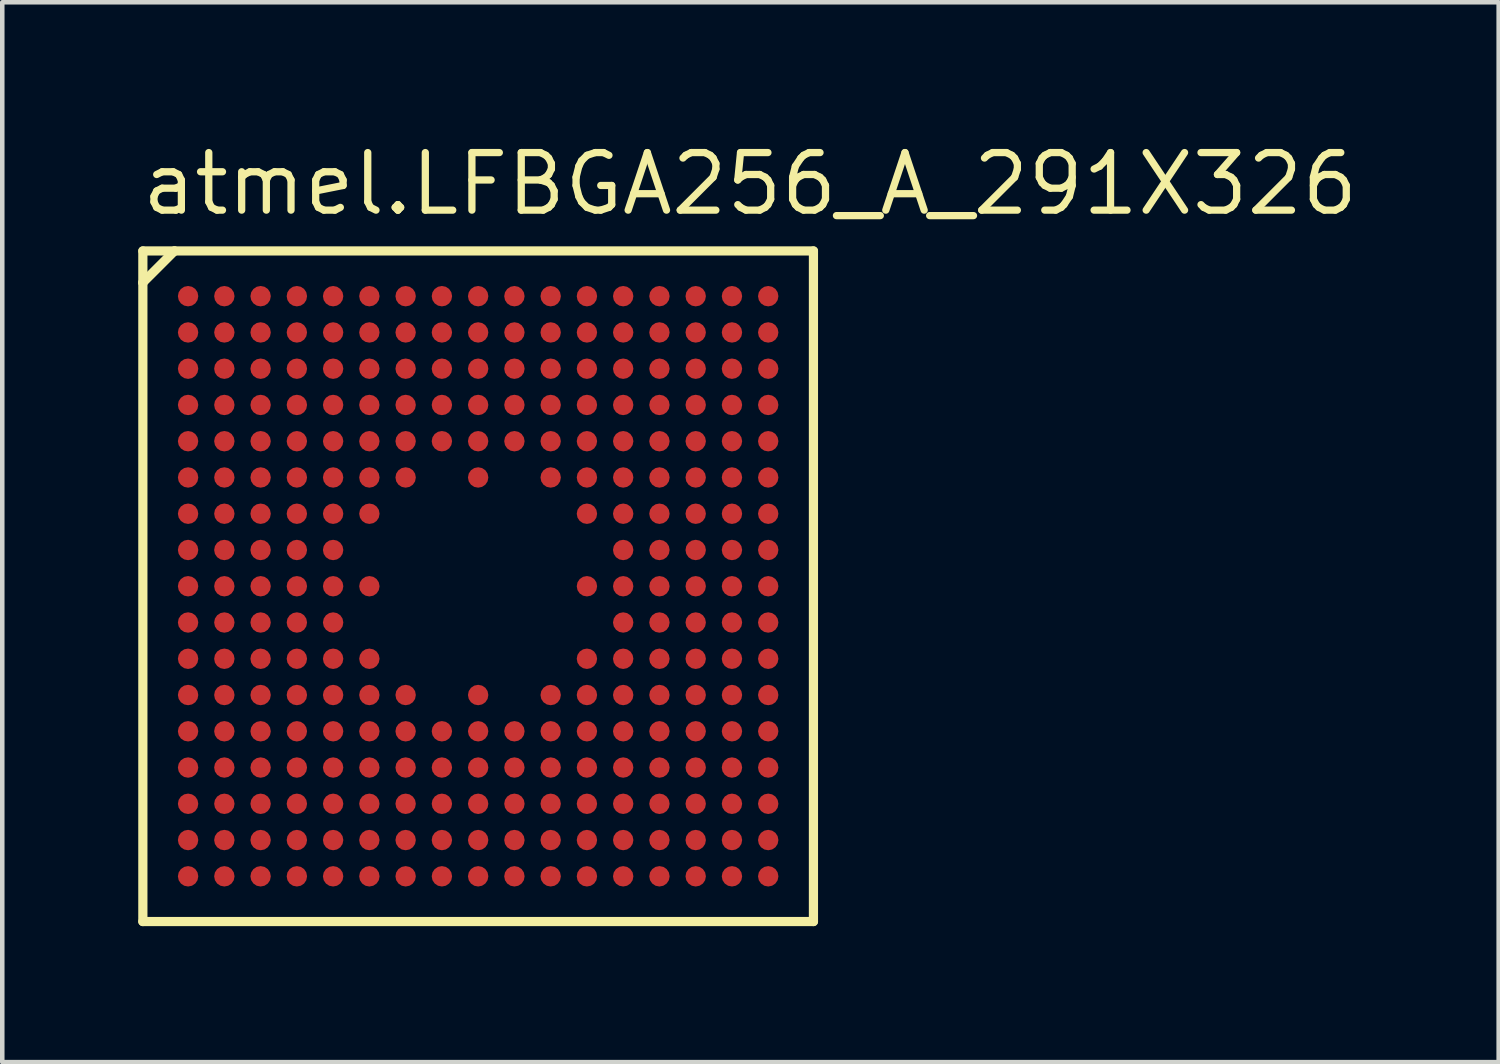
<source format=kicad_pcb>
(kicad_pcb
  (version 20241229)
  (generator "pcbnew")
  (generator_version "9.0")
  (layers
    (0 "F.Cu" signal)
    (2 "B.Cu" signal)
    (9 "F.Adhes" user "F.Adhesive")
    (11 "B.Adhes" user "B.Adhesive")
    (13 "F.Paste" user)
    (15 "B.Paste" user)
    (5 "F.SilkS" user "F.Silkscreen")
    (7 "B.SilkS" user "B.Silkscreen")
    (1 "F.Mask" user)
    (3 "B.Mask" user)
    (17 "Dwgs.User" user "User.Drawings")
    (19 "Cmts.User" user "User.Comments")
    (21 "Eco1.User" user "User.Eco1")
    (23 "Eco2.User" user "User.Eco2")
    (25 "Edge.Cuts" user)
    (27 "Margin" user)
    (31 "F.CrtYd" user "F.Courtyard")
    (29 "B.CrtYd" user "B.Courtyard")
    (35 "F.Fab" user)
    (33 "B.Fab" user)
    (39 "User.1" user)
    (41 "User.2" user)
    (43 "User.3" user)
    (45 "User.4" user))
  (footprint "atmel.LFBGA256_A_291X326"
    (layer "F.Cu")
    (at 7.5 9.885)
    (property "Reference" "atmel.LFBGA256_A_291X326" (at -7.5 -8.135 0) (layer "F.SilkS") (effects (font (size 1.27 1.27) (thickness 0.16)) (justify left bottom)))
    (attr smd)
    (fp_circle (center -6.4 -6.4) (end -6.2 -6.4) (stroke (width 0.1) (type default)) (fill no) (layer "F.Mask"))
    (fp_circle (center -6.4 -5.6) (end -6.2 -5.6) (stroke (width 0.1) (type default)) (fill no) (layer "F.Mask"))
    (fp_circle (center -6.4 -4.8) (end -6.2 -4.8) (stroke (width 0.1) (type default)) (fill no) (layer "F.Mask"))
    (fp_circle (center -6.4 -4) (end -6.2 -4) (stroke (width 0.1) (type default)) (fill no) (layer "F.Mask"))
    (fp_circle (center -6.4 -3.2) (end -6.2 -3.2) (stroke (width 0.1) (type default)) (fill no) (layer "F.Mask"))
    (fp_circle (center -6.4 -2.4) (end -6.2 -2.4) (stroke (width 0.1) (type default)) (fill no) (layer "F.Mask"))
    (fp_circle (center -6.4 -1.6) (end -6.2 -1.6) (stroke (width 0.1) (type default)) (fill no) (layer "F.Mask"))
    (fp_circle (center -6.4 -0.8) (end -6.2 -0.8) (stroke (width 0.1) (type default)) (fill no) (layer "F.Mask"))
    (fp_circle (center -6.4 0) (end -6.2 0) (stroke (width 0.1) (type default)) (fill no) (layer "F.Mask"))
    (fp_circle (center -6.4 0.8) (end -6.2 0.8) (stroke (width 0.1) (type default)) (fill no) (layer "F.Mask"))
    (fp_circle (center -6.4 1.6) (end -6.2 1.6) (stroke (width 0.1) (type default)) (fill no) (layer "F.Mask"))
    (fp_circle (center -6.4 2.4) (end -6.2 2.4) (stroke (width 0.1) (type default)) (fill no) (layer "F.Mask"))
    (fp_circle (center -6.4 3.2) (end -6.2 3.2) (stroke (width 0.1) (type default)) (fill no) (layer "F.Mask"))
    (fp_circle (center -6.4 4) (end -6.2 4) (stroke (width 0.1) (type default)) (fill no) (layer "F.Mask"))
    (fp_circle (center -6.4 4.8) (end -6.2 4.8) (stroke (width 0.1) (type default)) (fill no) (layer "F.Mask"))
    (fp_circle (center -6.4 5.6) (end -6.2 5.6) (stroke (width 0.1) (type default)) (fill no) (layer "F.Mask"))
    (fp_circle (center -6.4 6.4) (end -6.2 6.4) (stroke (width 0.1) (type default)) (fill no) (layer "F.Mask"))
    (fp_circle (center -5.6 -6.4) (end -5.4 -6.4) (stroke (width 0.1) (type default)) (fill no) (layer "F.Mask"))
    (fp_circle (center -5.6 -5.6) (end -5.4 -5.6) (stroke (width 0.1) (type default)) (fill no) (layer "F.Mask"))
    (fp_circle (center -5.6 -4.8) (end -5.4 -4.8) (stroke (width 0.1) (type default)) (fill no) (layer "F.Mask"))
    (fp_circle (center -5.6 -4) (end -5.4 -4) (stroke (width 0.1) (type default)) (fill no) (layer "F.Mask"))
    (fp_circle (center -5.6 -3.2) (end -5.4 -3.2) (stroke (width 0.1) (type default)) (fill no) (layer "F.Mask"))
    (fp_circle (center -5.6 -2.4) (end -5.4 -2.4) (stroke (width 0.1) (type default)) (fill no) (layer "F.Mask"))
    (fp_circle (center -5.6 -1.6) (end -5.4 -1.6) (stroke (width 0.1) (type default)) (fill no) (layer "F.Mask"))
    (fp_circle (center -5.6 -0.8) (end -5.4 -0.8) (stroke (width 0.1) (type default)) (fill no) (layer "F.Mask"))
    (fp_circle (center -5.6 0) (end -5.4 0) (stroke (width 0.1) (type default)) (fill no) (layer "F.Mask"))
    (fp_circle (center -5.6 0.8) (end -5.4 0.8) (stroke (width 0.1) (type default)) (fill no) (layer "F.Mask"))
    (fp_circle (center -5.6 1.6) (end -5.4 1.6) (stroke (width 0.1) (type default)) (fill no) (layer "F.Mask"))
    (fp_circle (center -5.6 2.4) (end -5.4 2.4) (stroke (width 0.1) (type default)) (fill no) (layer "F.Mask"))
    (fp_circle (center -5.6 3.2) (end -5.4 3.2) (stroke (width 0.1) (type default)) (fill no) (layer "F.Mask"))
    (fp_circle (center -5.6 4) (end -5.4 4) (stroke (width 0.1) (type default)) (fill no) (layer "F.Mask"))
    (fp_circle (center -5.6 4.8) (end -5.4 4.8) (stroke (width 0.1) (type default)) (fill no) (layer "F.Mask"))
    (fp_circle (center -5.6 5.6) (end -5.4 5.6) (stroke (width 0.1) (type default)) (fill no) (layer "F.Mask"))
    (fp_circle (center -5.6 6.4) (end -5.4 6.4) (stroke (width 0.1) (type default)) (fill no) (layer "F.Mask"))
    (fp_circle (center -4.8 -6.4) (end -4.6 -6.4) (stroke (width 0.1) (type default)) (fill no) (layer "F.Mask"))
    (fp_circle (center -4.8 -5.6) (end -4.6 -5.6) (stroke (width 0.1) (type default)) (fill no) (layer "F.Mask"))
    (fp_circle (center -4.8 -4.8) (end -4.6 -4.8) (stroke (width 0.1) (type default)) (fill no) (layer "F.Mask"))
    (fp_circle (center -4.8 -4) (end -4.6 -4) (stroke (width 0.1) (type default)) (fill no) (layer "F.Mask"))
    (fp_circle (center -4.8 -3.2) (end -4.6 -3.2) (stroke (width 0.1) (type default)) (fill no) (layer "F.Mask"))
    (fp_circle (center -4.8 -2.4) (end -4.6 -2.4) (stroke (width 0.1) (type default)) (fill no) (layer "F.Mask"))
    (fp_circle (center -4.8 -1.6) (end -4.6 -1.6) (stroke (width 0.1) (type default)) (fill no) (layer "F.Mask"))
    (fp_circle (center -4.8 -0.8) (end -4.6 -0.8) (stroke (width 0.1) (type default)) (fill no) (layer "F.Mask"))
    (fp_circle (center -4.8 0) (end -4.6 0) (stroke (width 0.1) (type default)) (fill no) (layer "F.Mask"))
    (fp_circle (center -4.8 0.8) (end -4.6 0.8) (stroke (width 0.1) (type default)) (fill no) (layer "F.Mask"))
    (fp_circle (center -4.8 1.6) (end -4.6 1.6) (stroke (width 0.1) (type default)) (fill no) (layer "F.Mask"))
    (fp_circle (center -4.8 2.4) (end -4.6 2.4) (stroke (width 0.1) (type default)) (fill no) (layer "F.Mask"))
    (fp_circle (center -4.8 3.2) (end -4.6 3.2) (stroke (width 0.1) (type default)) (fill no) (layer "F.Mask"))
    (fp_circle (center -4.8 4) (end -4.6 4) (stroke (width 0.1) (type default)) (fill no) (layer "F.Mask"))
    (fp_circle (center -4.8 4.8) (end -4.6 4.8) (stroke (width 0.1) (type default)) (fill no) (layer "F.Mask"))
    (fp_circle (center -4.8 5.6) (end -4.6 5.6) (stroke (width 0.1) (type default)) (fill no) (layer "F.Mask"))
    (fp_circle (center -4.8 6.4) (end -4.6 6.4) (stroke (width 0.1) (type default)) (fill no) (layer "F.Mask"))
    (fp_circle (center -4 -6.4) (end -3.8 -6.4) (stroke (width 0.1) (type default)) (fill no) (layer "F.Mask"))
    (fp_circle (center -4 -5.6) (end -3.8 -5.6) (stroke (width 0.1) (type default)) (fill no) (layer "F.Mask"))
    (fp_circle (center -4 -4.8) (end -3.8 -4.8) (stroke (width 0.1) (type default)) (fill no) (layer "F.Mask"))
    (fp_circle (center -4 -4) (end -3.8 -4) (stroke (width 0.1) (type default)) (fill no) (layer "F.Mask"))
    (fp_circle (center -4 -3.2) (end -3.8 -3.2) (stroke (width 0.1) (type default)) (fill no) (layer "F.Mask"))
    (fp_circle (center -4 -2.4) (end -3.8 -2.4) (stroke (width 0.1) (type default)) (fill no) (layer "F.Mask"))
    (fp_circle (center -4 -1.6) (end -3.8 -1.6) (stroke (width 0.1) (type default)) (fill no) (layer "F.Mask"))
    (fp_circle (center -4 -0.8) (end -3.8 -0.8) (stroke (width 0.1) (type default)) (fill no) (layer "F.Mask"))
    (fp_circle (center -4 0) (end -3.8 0) (stroke (width 0.1) (type default)) (fill no) (layer "F.Mask"))
    (fp_circle (center -4 0.8) (end -3.8 0.8) (stroke (width 0.1) (type default)) (fill no) (layer "F.Mask"))
    (fp_circle (center -4 1.6) (end -3.8 1.6) (stroke (width 0.1) (type default)) (fill no) (layer "F.Mask"))
    (fp_circle (center -4 2.4) (end -3.8 2.4) (stroke (width 0.1) (type default)) (fill no) (layer "F.Mask"))
    (fp_circle (center -4 3.2) (end -3.8 3.2) (stroke (width 0.1) (type default)) (fill no) (layer "F.Mask"))
    (fp_circle (center -4 4) (end -3.8 4) (stroke (width 0.1) (type default)) (fill no) (layer "F.Mask"))
    (fp_circle (center -4 4.8) (end -3.8 4.8) (stroke (width 0.1) (type default)) (fill no) (layer "F.Mask"))
    (fp_circle (center -4 5.6) (end -3.8 5.6) (stroke (width 0.1) (type default)) (fill no) (layer "F.Mask"))
    (fp_circle (center -4 6.4) (end -3.8 6.4) (stroke (width 0.1) (type default)) (fill no) (layer "F.Mask"))
    (fp_circle (center -3.2 -6.4) (end -3 -6.4) (stroke (width 0.1) (type default)) (fill no) (layer "F.Mask"))
    (fp_circle (center -3.2 -5.6) (end -3 -5.6) (stroke (width 0.1) (type default)) (fill no) (layer "F.Mask"))
    (fp_circle (center -3.2 -4.8) (end -3 -4.8) (stroke (width 0.1) (type default)) (fill no) (layer "F.Mask"))
    (fp_circle (center -3.2 -4) (end -3 -4) (stroke (width 0.1) (type default)) (fill no) (layer "F.Mask"))
    (fp_circle (center -3.2 -3.2) (end -3 -3.2) (stroke (width 0.1) (type default)) (fill no) (layer "F.Mask"))
    (fp_circle (center -3.2 -2.4) (end -3 -2.4) (stroke (width 0.1) (type default)) (fill no) (layer "F.Mask"))
    (fp_circle (center -3.2 -1.6) (end -3 -1.6) (stroke (width 0.1) (type default)) (fill no) (layer "F.Mask"))
    (fp_circle (center -3.2 -0.8) (end -3 -0.8) (stroke (width 0.1) (type default)) (fill no) (layer "F.Mask"))
    (fp_circle (center -3.2 0) (end -3 0) (stroke (width 0.1) (type default)) (fill no) (layer "F.Mask"))
    (fp_circle (center -3.2 0.8) (end -3 0.8) (stroke (width 0.1) (type default)) (fill no) (layer "F.Mask"))
    (fp_circle (center -3.2 1.6) (end -3 1.6) (stroke (width 0.1) (type default)) (fill no) (layer "F.Mask"))
    (fp_circle (center -3.2 2.4) (end -3 2.4) (stroke (width 0.1) (type default)) (fill no) (layer "F.Mask"))
    (fp_circle (center -3.2 3.2) (end -3 3.2) (stroke (width 0.1) (type default)) (fill no) (layer "F.Mask"))
    (fp_circle (center -3.2 4) (end -3 4) (stroke (width 0.1) (type default)) (fill no) (layer "F.Mask"))
    (fp_circle (center -3.2 4.8) (end -3 4.8) (stroke (width 0.1) (type default)) (fill no) (layer "F.Mask"))
    (fp_circle (center -3.2 5.6) (end -3 5.6) (stroke (width 0.1) (type default)) (fill no) (layer "F.Mask"))
    (fp_circle (center -3.2 6.4) (end -3 6.4) (stroke (width 0.1) (type default)) (fill no) (layer "F.Mask"))
    (fp_circle (center -2.4 -6.4) (end -2.2 -6.4) (stroke (width 0.1) (type default)) (fill no) (layer "F.Mask"))
    (fp_circle (center -2.4 -5.6) (end -2.2 -5.6) (stroke (width 0.1) (type default)) (fill no) (layer "F.Mask"))
    (fp_circle (center -2.4 -4.8) (end -2.2 -4.8) (stroke (width 0.1) (type default)) (fill no) (layer "F.Mask"))
    (fp_circle (center -2.4 -4) (end -2.2 -4) (stroke (width 0.1) (type default)) (fill no) (layer "F.Mask"))
    (fp_circle (center -2.4 -3.2) (end -2.2 -3.2) (stroke (width 0.1) (type default)) (fill no) (layer "F.Mask"))
    (fp_circle (center -2.4 -2.4) (end -2.2 -2.4) (stroke (width 0.1) (type default)) (fill no) (layer "F.Mask"))
    (fp_circle (center -2.4 -1.6) (end -2.2 -1.6) (stroke (width 0.1) (type default)) (fill no) (layer "F.Mask"))
    (fp_circle (center -2.4 0) (end -2.2 0) (stroke (width 0.1) (type default)) (fill no) (layer "F.Mask"))
    (fp_circle (center -2.4 1.6) (end -2.2 1.6) (stroke (width 0.1) (type default)) (fill no) (layer "F.Mask"))
    (fp_circle (center -2.4 2.4) (end -2.2 2.4) (stroke (width 0.1) (type default)) (fill no) (layer "F.Mask"))
    (fp_circle (center -2.4 3.2) (end -2.2 3.2) (stroke (width 0.1) (type default)) (fill no) (layer "F.Mask"))
    (fp_circle (center -2.4 4) (end -2.2 4) (stroke (width 0.1) (type default)) (fill no) (layer "F.Mask"))
    (fp_circle (center -2.4 4.8) (end -2.2 4.8) (stroke (width 0.1) (type default)) (fill no) (layer "F.Mask"))
    (fp_circle (center -2.4 5.6) (end -2.2 5.6) (stroke (width 0.1) (type default)) (fill no) (layer "F.Mask"))
    (fp_circle (center -2.4 6.4) (end -2.2 6.4) (stroke (width 0.1) (type default)) (fill no) (layer "F.Mask"))
    (fp_circle (center -1.6 -6.4) (end -1.4 -6.4) (stroke (width 0.1) (type default)) (fill no) (layer "F.Mask"))
    (fp_circle (center -1.6 -5.6) (end -1.4 -5.6) (stroke (width 0.1) (type default)) (fill no) (layer "F.Mask"))
    (fp_circle (center -1.6 -4.8) (end -1.4 -4.8) (stroke (width 0.1) (type default)) (fill no) (layer "F.Mask"))
    (fp_circle (center -1.6 -4) (end -1.4 -4) (stroke (width 0.1) (type default)) (fill no) (layer "F.Mask"))
    (fp_circle (center -1.6 -3.2) (end -1.4 -3.2) (stroke (width 0.1) (type default)) (fill no) (layer "F.Mask"))
    (fp_circle (center -1.6 -2.4) (end -1.4 -2.4) (stroke (width 0.1) (type default)) (fill no) (layer "F.Mask"))
    (fp_circle (center -1.6 2.4) (end -1.4 2.4) (stroke (width 0.1) (type default)) (fill no) (layer "F.Mask"))
    (fp_circle (center -1.6 3.2) (end -1.4 3.2) (stroke (width 0.1) (type default)) (fill no) (layer "F.Mask"))
    (fp_circle (center -1.6 4) (end -1.4 4) (stroke (width 0.1) (type default)) (fill no) (layer "F.Mask"))
    (fp_circle (center -1.6 4.8) (end -1.4 4.8) (stroke (width 0.1) (type default)) (fill no) (layer "F.Mask"))
    (fp_circle (center -1.6 5.6) (end -1.4 5.6) (stroke (width 0.1) (type default)) (fill no) (layer "F.Mask"))
    (fp_circle (center -1.6 6.4) (end -1.4 6.4) (stroke (width 0.1) (type default)) (fill no) (layer "F.Mask"))
    (fp_circle (center -0.8 -6.4) (end -0.6 -6.4) (stroke (width 0.1) (type default)) (fill no) (layer "F.Mask"))
    (fp_circle (center -0.8 -5.6) (end -0.6 -5.6) (stroke (width 0.1) (type default)) (fill no) (layer "F.Mask"))
    (fp_circle (center -0.8 -4.8) (end -0.6 -4.8) (stroke (width 0.1) (type default)) (fill no) (layer "F.Mask"))
    (fp_circle (center -0.8 -4) (end -0.6 -4) (stroke (width 0.1) (type default)) (fill no) (layer "F.Mask"))
    (fp_circle (center -0.8 -3.2) (end -0.6 -3.2) (stroke (width 0.1) (type default)) (fill no) (layer "F.Mask"))
    (fp_circle (center -0.8 3.2) (end -0.6 3.2) (stroke (width 0.1) (type default)) (fill no) (layer "F.Mask"))
    (fp_circle (center -0.8 4) (end -0.6 4) (stroke (width 0.1) (type default)) (fill no) (layer "F.Mask"))
    (fp_circle (center -0.8 4.8) (end -0.6 4.8) (stroke (width 0.1) (type default)) (fill no) (layer "F.Mask"))
    (fp_circle (center -0.8 5.6) (end -0.6 5.6) (stroke (width 0.1) (type default)) (fill no) (layer "F.Mask"))
    (fp_circle (center -0.8 6.4) (end -0.6 6.4) (stroke (width 0.1) (type default)) (fill no) (layer "F.Mask"))
    (fp_circle (center 0 -6.4) (end 0.2 -6.4) (stroke (width 0.1) (type default)) (fill no) (layer "F.Mask"))
    (fp_circle (center 0 -5.6) (end 0.2 -5.6) (stroke (width 0.1) (type default)) (fill no) (layer "F.Mask"))
    (fp_circle (center 0 -4.8) (end 0.2 -4.8) (stroke (width 0.1) (type default)) (fill no) (layer "F.Mask"))
    (fp_circle (center 0 -4) (end 0.2 -4) (stroke (width 0.1) (type default)) (fill no) (layer "F.Mask"))
    (fp_circle (center 0 -3.2) (end 0.2 -3.2) (stroke (width 0.1) (type default)) (fill no) (layer "F.Mask"))
    (fp_circle (center 0 -2.4) (end 0.2 -2.4) (stroke (width 0.1) (type default)) (fill no) (layer "F.Mask"))
    (fp_circle (center 0 2.4) (end 0.2 2.4) (stroke (width 0.1) (type default)) (fill no) (layer "F.Mask"))
    (fp_circle (center 0 3.2) (end 0.2 3.2) (stroke (width 0.1) (type default)) (fill no) (layer "F.Mask"))
    (fp_circle (center 0 4) (end 0.2 4) (stroke (width 0.1) (type default)) (fill no) (layer "F.Mask"))
    (fp_circle (center 0 4.8) (end 0.2 4.8) (stroke (width 0.1) (type default)) (fill no) (layer "F.Mask"))
    (fp_circle (center 0 5.6) (end 0.2 5.6) (stroke (width 0.1) (type default)) (fill no) (layer "F.Mask"))
    (fp_circle (center 0 6.4) (end 0.2 6.4) (stroke (width 0.1) (type default)) (fill no) (layer "F.Mask"))
    (fp_circle (center 0.8 -6.4) (end 1 -6.4) (stroke (width 0.1) (type default)) (fill no) (layer "F.Mask"))
    (fp_circle (center 0.8 -5.6) (end 1 -5.6) (stroke (width 0.1) (type default)) (fill no) (layer "F.Mask"))
    (fp_circle (center 0.8 -4.8) (end 1 -4.8) (stroke (width 0.1) (type default)) (fill no) (layer "F.Mask"))
    (fp_circle (center 0.8 -4) (end 1 -4) (stroke (width 0.1) (type default)) (fill no) (layer "F.Mask"))
    (fp_circle (center 0.8 -3.2) (end 1 -3.2) (stroke (width 0.1) (type default)) (fill no) (layer "F.Mask"))
    (fp_circle (center 0.8 3.2) (end 1 3.2) (stroke (width 0.1) (type default)) (fill no) (layer "F.Mask"))
    (fp_circle (center 0.8 4) (end 1 4) (stroke (width 0.1) (type default)) (fill no) (layer "F.Mask"))
    (fp_circle (center 0.8 4.8) (end 1 4.8) (stroke (width 0.1) (type default)) (fill no) (layer "F.Mask"))
    (fp_circle (center 0.8 5.6) (end 1 5.6) (stroke (width 0.1) (type default)) (fill no) (layer "F.Mask"))
    (fp_circle (center 0.8 6.4) (end 1 6.4) (stroke (width 0.1) (type default)) (fill no) (layer "F.Mask"))
    (fp_circle (center 1.6 -6.4) (end 1.8 -6.4) (stroke (width 0.1) (type default)) (fill no) (layer "F.Mask"))
    (fp_circle (center 1.6 -5.6) (end 1.8 -5.6) (stroke (width 0.1) (type default)) (fill no) (layer "F.Mask"))
    (fp_circle (center 1.6 -4.8) (end 1.8 -4.8) (stroke (width 0.1) (type default)) (fill no) (layer "F.Mask"))
    (fp_circle (center 1.6 -4) (end 1.8 -4) (stroke (width 0.1) (type default)) (fill no) (layer "F.Mask"))
    (fp_circle (center 1.6 -3.2) (end 1.8 -3.2) (stroke (width 0.1) (type default)) (fill no) (layer "F.Mask"))
    (fp_circle (center 1.6 -2.4) (end 1.8 -2.4) (stroke (width 0.1) (type default)) (fill no) (layer "F.Mask"))
    (fp_circle (center 1.6 2.4) (end 1.8 2.4) (stroke (width 0.1) (type default)) (fill no) (layer "F.Mask"))
    (fp_circle (center 1.6 3.2) (end 1.8 3.2) (stroke (width 0.1) (type default)) (fill no) (layer "F.Mask"))
    (fp_circle (center 1.6 4) (end 1.8 4) (stroke (width 0.1) (type default)) (fill no) (layer "F.Mask"))
    (fp_circle (center 1.6 4.8) (end 1.8 4.8) (stroke (width 0.1) (type default)) (fill no) (layer "F.Mask"))
    (fp_circle (center 1.6 5.6) (end 1.8 5.6) (stroke (width 0.1) (type default)) (fill no) (layer "F.Mask"))
    (fp_circle (center 1.6 6.4) (end 1.8 6.4) (stroke (width 0.1) (type default)) (fill no) (layer "F.Mask"))
    (fp_circle (center 2.4 -6.4) (end 2.6 -6.4) (stroke (width 0.1) (type default)) (fill no) (layer "F.Mask"))
    (fp_circle (center 2.4 -5.6) (end 2.6 -5.6) (stroke (width 0.1) (type default)) (fill no) (layer "F.Mask"))
    (fp_circle (center 2.4 -4.8) (end 2.6 -4.8) (stroke (width 0.1) (type default)) (fill no) (layer "F.Mask"))
    (fp_circle (center 2.4 -4) (end 2.6 -4) (stroke (width 0.1) (type default)) (fill no) (layer "F.Mask"))
    (fp_circle (center 2.4 -3.2) (end 2.6 -3.2) (stroke (width 0.1) (type default)) (fill no) (layer "F.Mask"))
    (fp_circle (center 2.4 -2.4) (end 2.6 -2.4) (stroke (width 0.1) (type default)) (fill no) (layer "F.Mask"))
    (fp_circle (center 2.4 -1.6) (end 2.6 -1.6) (stroke (width 0.1) (type default)) (fill no) (layer "F.Mask"))
    (fp_circle (center 2.4 0) (end 2.6 0) (stroke (width 0.1) (type default)) (fill no) (layer "F.Mask"))
    (fp_circle (center 2.4 1.6) (end 2.6 1.6) (stroke (width 0.1) (type default)) (fill no) (layer "F.Mask"))
    (fp_circle (center 2.4 2.4) (end 2.6 2.4) (stroke (width 0.1) (type default)) (fill no) (layer "F.Mask"))
    (fp_circle (center 2.4 3.2) (end 2.6 3.2) (stroke (width 0.1) (type default)) (fill no) (layer "F.Mask"))
    (fp_circle (center 2.4 4) (end 2.6 4) (stroke (width 0.1) (type default)) (fill no) (layer "F.Mask"))
    (fp_circle (center 2.4 4.8) (end 2.6 4.8) (stroke (width 0.1) (type default)) (fill no) (layer "F.Mask"))
    (fp_circle (center 2.4 5.6) (end 2.6 5.6) (stroke (width 0.1) (type default)) (fill no) (layer "F.Mask"))
    (fp_circle (center 2.4 6.4) (end 2.6 6.4) (stroke (width 0.1) (type default)) (fill no) (layer "F.Mask"))
    (fp_circle (center 3.2 -6.4) (end 3.4 -6.4) (stroke (width 0.1) (type default)) (fill no) (layer "F.Mask"))
    (fp_circle (center 3.2 -5.6) (end 3.4 -5.6) (stroke (width 0.1) (type default)) (fill no) (layer "F.Mask"))
    (fp_circle (center 3.2 -4.8) (end 3.4 -4.8) (stroke (width 0.1) (type default)) (fill no) (layer "F.Mask"))
    (fp_circle (center 3.2 -4) (end 3.4 -4) (stroke (width 0.1) (type default)) (fill no) (layer "F.Mask"))
    (fp_circle (center 3.2 -3.2) (end 3.4 -3.2) (stroke (width 0.1) (type default)) (fill no) (layer "F.Mask"))
    (fp_circle (center 3.2 -2.4) (end 3.4 -2.4) (stroke (width 0.1) (type default)) (fill no) (layer "F.Mask"))
    (fp_circle (center 3.2 -1.6) (end 3.4 -1.6) (stroke (width 0.1) (type default)) (fill no) (layer "F.Mask"))
    (fp_circle (center 3.2 -0.8) (end 3.4 -0.8) (stroke (width 0.1) (type default)) (fill no) (layer "F.Mask"))
    (fp_circle (center 3.2 0) (end 3.4 0) (stroke (width 0.1) (type default)) (fill no) (layer "F.Mask"))
    (fp_circle (center 3.2 0.8) (end 3.4 0.8) (stroke (width 0.1) (type default)) (fill no) (layer "F.Mask"))
    (fp_circle (center 3.2 1.6) (end 3.4 1.6) (stroke (width 0.1) (type default)) (fill no) (layer "F.Mask"))
    (fp_circle (center 3.2 2.4) (end 3.4 2.4) (stroke (width 0.1) (type default)) (fill no) (layer "F.Mask"))
    (fp_circle (center 3.2 3.2) (end 3.4 3.2) (stroke (width 0.1) (type default)) (fill no) (layer "F.Mask"))
    (fp_circle (center 3.2 4) (end 3.4 4) (stroke (width 0.1) (type default)) (fill no) (layer "F.Mask"))
    (fp_circle (center 3.2 4.8) (end 3.4 4.8) (stroke (width 0.1) (type default)) (fill no) (layer "F.Mask"))
    (fp_circle (center 3.2 5.6) (end 3.4 5.6) (stroke (width 0.1) (type default)) (fill no) (layer "F.Mask"))
    (fp_circle (center 3.2 6.4) (end 3.4 6.4) (stroke (width 0.1) (type default)) (fill no) (layer "F.Mask"))
    (fp_circle (center 4 -6.4) (end 4.2 -6.4) (stroke (width 0.1) (type default)) (fill no) (layer "F.Mask"))
    (fp_circle (center 4 -5.6) (end 4.2 -5.6) (stroke (width 0.1) (type default)) (fill no) (layer "F.Mask"))
    (fp_circle (center 4 -4.8) (end 4.2 -4.8) (stroke (width 0.1) (type default)) (fill no) (layer "F.Mask"))
    (fp_circle (center 4 -4) (end 4.2 -4) (stroke (width 0.1) (type default)) (fill no) (layer "F.Mask"))
    (fp_circle (center 4 -3.2) (end 4.2 -3.2) (stroke (width 0.1) (type default)) (fill no) (layer "F.Mask"))
    (fp_circle (center 4 -2.4) (end 4.2 -2.4) (stroke (width 0.1) (type default)) (fill no) (layer "F.Mask"))
    (fp_circle (center 4 -1.6) (end 4.2 -1.6) (stroke (width 0.1) (type default)) (fill no) (layer "F.Mask"))
    (fp_circle (center 4 -0.8) (end 4.2 -0.8) (stroke (width 0.1) (type default)) (fill no) (layer "F.Mask"))
    (fp_circle (center 4 0) (end 4.2 0) (stroke (width 0.1) (type default)) (fill no) (layer "F.Mask"))
    (fp_circle (center 4 0.8) (end 4.2 0.8) (stroke (width 0.1) (type default)) (fill no) (layer "F.Mask"))
    (fp_circle (center 4 1.6) (end 4.2 1.6) (stroke (width 0.1) (type default)) (fill no) (layer "F.Mask"))
    (fp_circle (center 4 2.4) (end 4.2 2.4) (stroke (width 0.1) (type default)) (fill no) (layer "F.Mask"))
    (fp_circle (center 4 3.2) (end 4.2 3.2) (stroke (width 0.1) (type default)) (fill no) (layer "F.Mask"))
    (fp_circle (center 4 4) (end 4.2 4) (stroke (width 0.1) (type default)) (fill no) (layer "F.Mask"))
    (fp_circle (center 4 4.8) (end 4.2 4.8) (stroke (width 0.1) (type default)) (fill no) (layer "F.Mask"))
    (fp_circle (center 4 5.6) (end 4.2 5.6) (stroke (width 0.1) (type default)) (fill no) (layer "F.Mask"))
    (fp_circle (center 4 6.4) (end 4.2 6.4) (stroke (width 0.1) (type default)) (fill no) (layer "F.Mask"))
    (fp_circle (center 4.8 -6.4) (end 5 -6.4) (stroke (width 0.1) (type default)) (fill no) (layer "F.Mask"))
    (fp_circle (center 4.8 -5.6) (end 5 -5.6) (stroke (width 0.1) (type default)) (fill no) (layer "F.Mask"))
    (fp_circle (center 4.8 -4.8) (end 5 -4.8) (stroke (width 0.1) (type default)) (fill no) (layer "F.Mask"))
    (fp_circle (center 4.8 -4) (end 5 -4) (stroke (width 0.1) (type default)) (fill no) (layer "F.Mask"))
    (fp_circle (center 4.8 -3.2) (end 5 -3.2) (stroke (width 0.1) (type default)) (fill no) (layer "F.Mask"))
    (fp_circle (center 4.8 -2.4) (end 5 -2.4) (stroke (width 0.1) (type default)) (fill no) (layer "F.Mask"))
    (fp_circle (center 4.8 -1.6) (end 5 -1.6) (stroke (width 0.1) (type default)) (fill no) (layer "F.Mask"))
    (fp_circle (center 4.8 -0.8) (end 5 -0.8) (stroke (width 0.1) (type default)) (fill no) (layer "F.Mask"))
    (fp_circle (center 4.8 0) (end 5 0) (stroke (width 0.1) (type default)) (fill no) (layer "F.Mask"))
    (fp_circle (center 4.8 0.8) (end 5 0.8) (stroke (width 0.1) (type default)) (fill no) (layer "F.Mask"))
    (fp_circle (center 4.8 1.6) (end 5 1.6) (stroke (width 0.1) (type default)) (fill no) (layer "F.Mask"))
    (fp_circle (center 4.8 2.4) (end 5 2.4) (stroke (width 0.1) (type default)) (fill no) (layer "F.Mask"))
    (fp_circle (center 4.8 3.2) (end 5 3.2) (stroke (width 0.1) (type default)) (fill no) (layer "F.Mask"))
    (fp_circle (center 4.8 4) (end 5 4) (stroke (width 0.1) (type default)) (fill no) (layer "F.Mask"))
    (fp_circle (center 4.8 4.8) (end 5 4.8) (stroke (width 0.1) (type default)) (fill no) (layer "F.Mask"))
    (fp_circle (center 4.8 5.6) (end 5 5.6) (stroke (width 0.1) (type default)) (fill no) (layer "F.Mask"))
    (fp_circle (center 4.8 6.4) (end 5 6.4) (stroke (width 0.1) (type default)) (fill no) (layer "F.Mask"))
    (fp_circle (center 5.6 -6.4) (end 5.8 -6.4) (stroke (width 0.1) (type default)) (fill no) (layer "F.Mask"))
    (fp_circle (center 5.6 -5.6) (end 5.8 -5.6) (stroke (width 0.1) (type default)) (fill no) (layer "F.Mask"))
    (fp_circle (center 5.6 -4.8) (end 5.8 -4.8) (stroke (width 0.1) (type default)) (fill no) (layer "F.Mask"))
    (fp_circle (center 5.6 -4) (end 5.8 -4) (stroke (width 0.1) (type default)) (fill no) (layer "F.Mask"))
    (fp_circle (center 5.6 -3.2) (end 5.8 -3.2) (stroke (width 0.1) (type default)) (fill no) (layer "F.Mask"))
    (fp_circle (center 5.6 -2.4) (end 5.8 -2.4) (stroke (width 0.1) (type default)) (fill no) (layer "F.Mask"))
    (fp_circle (center 5.6 -1.6) (end 5.8 -1.6) (stroke (width 0.1) (type default)) (fill no) (layer "F.Mask"))
    (fp_circle (center 5.6 -0.8) (end 5.8 -0.8) (stroke (width 0.1) (type default)) (fill no) (layer "F.Mask"))
    (fp_circle (center 5.6 0) (end 5.8 0) (stroke (width 0.1) (type default)) (fill no) (layer "F.Mask"))
    (fp_circle (center 5.6 0.8) (end 5.8 0.8) (stroke (width 0.1) (type default)) (fill no) (layer "F.Mask"))
    (fp_circle (center 5.6 1.6) (end 5.8 1.6) (stroke (width 0.1) (type default)) (fill no) (layer "F.Mask"))
    (fp_circle (center 5.6 2.4) (end 5.8 2.4) (stroke (width 0.1) (type default)) (fill no) (layer "F.Mask"))
    (fp_circle (center 5.6 3.2) (end 5.8 3.2) (stroke (width 0.1) (type default)) (fill no) (layer "F.Mask"))
    (fp_circle (center 5.6 4) (end 5.8 4) (stroke (width 0.1) (type default)) (fill no) (layer "F.Mask"))
    (fp_circle (center 5.6 4.8) (end 5.8 4.8) (stroke (width 0.1) (type default)) (fill no) (layer "F.Mask"))
    (fp_circle (center 5.6 5.6) (end 5.8 5.6) (stroke (width 0.1) (type default)) (fill no) (layer "F.Mask"))
    (fp_circle (center 5.6 6.4) (end 5.8 6.4) (stroke (width 0.1) (type default)) (fill no) (layer "F.Mask"))
    (fp_circle (center 6.4 -6.4) (end 6.6 -6.4) (stroke (width 0.1) (type default)) (fill no) (layer "F.Mask"))
    (fp_circle (center 6.4 -5.6) (end 6.6 -5.6) (stroke (width 0.1) (type default)) (fill no) (layer "F.Mask"))
    (fp_circle (center 6.4 -4.8) (end 6.6 -4.8) (stroke (width 0.1) (type default)) (fill no) (layer "F.Mask"))
    (fp_circle (center 6.4 -4) (end 6.6 -4) (stroke (width 0.1) (type default)) (fill no) (layer "F.Mask"))
    (fp_circle (center 6.4 -3.2) (end 6.6 -3.2) (stroke (width 0.1) (type default)) (fill no) (layer "F.Mask"))
    (fp_circle (center 6.4 -2.4) (end 6.6 -2.4) (stroke (width 0.1) (type default)) (fill no) (layer "F.Mask"))
    (fp_circle (center 6.4 -1.6) (end 6.6 -1.6) (stroke (width 0.1) (type default)) (fill no) (layer "F.Mask"))
    (fp_circle (center 6.4 -0.8) (end 6.6 -0.8) (stroke (width 0.1) (type default)) (fill no) (layer "F.Mask"))
    (fp_circle (center 6.4 0) (end 6.6 0) (stroke (width 0.1) (type default)) (fill no) (layer "F.Mask"))
    (fp_circle (center 6.4 0.8) (end 6.6 0.8) (stroke (width 0.1) (type default)) (fill no) (layer "F.Mask"))
    (fp_circle (center 6.4 1.6) (end 6.6 1.6) (stroke (width 0.1) (type default)) (fill no) (layer "F.Mask"))
    (fp_circle (center 6.4 2.4) (end 6.6 2.4) (stroke (width 0.1) (type default)) (fill no) (layer "F.Mask"))
    (fp_circle (center 6.4 3.2) (end 6.6 3.2) (stroke (width 0.1) (type default)) (fill no) (layer "F.Mask"))
    (fp_circle (center 6.4 4) (end 6.6 4) (stroke (width 0.1) (type default)) (fill no) (layer "F.Mask"))
    (fp_circle (center 6.4 4.8) (end 6.6 4.8) (stroke (width 0.1) (type default)) (fill no) (layer "F.Mask"))
    (fp_circle (center 6.4 5.6) (end 6.6 5.6) (stroke (width 0.1) (type default)) (fill no) (layer "F.Mask"))
    (fp_circle (center 6.4 6.4) (end 6.6 6.4) (stroke (width 0.1) (type default)) (fill no) (layer "F.Mask"))
    (fp_line (start -7.398 -7.398) (end -7.398 -6.7) (stroke (width 0.203) (type default)) (layer "F.SilkS"))
    (fp_line (start -7.398 -6.7) (end -7.398 7.398) (stroke (width 0.203) (type default)) (layer "F.SilkS"))
    (fp_line (start -7.398 -6.7) (end -6.7 -7.398) (stroke (width 0.203) (type default)) (layer "F.SilkS"))
    (fp_line (start -7.398 7.398) (end 7.398 7.398) (stroke (width 0.203) (type default)) (layer "F.SilkS"))
    (fp_line (start -6.7 -7.398) (end -7.398 -7.398) (stroke (width 0.203) (type default)) (layer "F.SilkS"))
    (fp_line (start 7.398 -7.398) (end -6.7 -7.398) (stroke (width 0.203) (type default)) (layer "F.SilkS"))
    (fp_line (start 7.398 7.398) (end 7.398 -7.398) (stroke (width 0.203) (type default)) (layer "F.SilkS"))
    (pad "A1" smd roundrect (at -6.4 -6.4) (size 0.45 0.45) (layers "F.Cu" "F.Mask" "F.Paste") (roundrect_rratio 0.5))
    (pad "A2" smd roundrect (at -5.6 -6.4) (size 0.45 0.45) (layers "F.Cu" "F.Mask" "F.Paste") (roundrect_rratio 0.5))
    (pad "A3" smd roundrect (at -4.8 -6.4) (size 0.45 0.45) (layers "F.Cu" "F.Mask" "F.Paste") (roundrect_rratio 0.5))
    (pad "A4" smd roundrect (at -4 -6.4) (size 0.45 0.45) (layers "F.Cu" "F.Mask" "F.Paste") (roundrect_rratio 0.5))
    (pad "A5" smd roundrect (at -3.2 -6.4) (size 0.45 0.45) (layers "F.Cu" "F.Mask" "F.Paste") (roundrect_rratio 0.5))
    (pad "A6" smd roundrect (at -2.4 -6.4) (size 0.45 0.45) (layers "F.Cu" "F.Mask" "F.Paste") (roundrect_rratio 0.5))
    (pad "A7" smd roundrect (at -1.6 -6.4) (size 0.45 0.45) (layers "F.Cu" "F.Mask" "F.Paste") (roundrect_rratio 0.5))
    (pad "A8" smd roundrect (at -0.8 -6.4) (size 0.45 0.45) (layers "F.Cu" "F.Mask" "F.Paste") (roundrect_rratio 0.5))
    (pad "A9" smd roundrect (at 0 -6.4) (size 0.45 0.45) (layers "F.Cu" "F.Mask" "F.Paste") (roundrect_rratio 0.5))
    (pad "A10" smd roundrect (at 0.8 -6.4) (size 0.45 0.45) (layers "F.Cu" "F.Mask" "F.Paste") (roundrect_rratio 0.5))
    (pad "A11" smd roundrect (at 1.6 -6.4) (size 0.45 0.45) (layers "F.Cu" "F.Mask" "F.Paste") (roundrect_rratio 0.5))
    (pad "A12" smd roundrect (at 2.4 -6.4) (size 0.45 0.45) (layers "F.Cu" "F.Mask" "F.Paste") (roundrect_rratio 0.5))
    (pad "A13" smd roundrect (at 3.2 -6.4) (size 0.45 0.45) (layers "F.Cu" "F.Mask" "F.Paste") (roundrect_rratio 0.5))
    (pad "A14" smd roundrect (at 4 -6.4) (size 0.45 0.45) (layers "F.Cu" "F.Mask" "F.Paste") (roundrect_rratio 0.5))
    (pad "A15" smd roundrect (at 4.8 -6.4) (size 0.45 0.45) (layers "F.Cu" "F.Mask" "F.Paste") (roundrect_rratio 0.5))
    (pad "A16" smd roundrect (at 5.6 -6.4) (size 0.45 0.45) (layers "F.Cu" "F.Mask" "F.Paste") (roundrect_rratio 0.5))
    (pad "A17" smd roundrect (at 6.4 -6.4) (size 0.45 0.45) (layers "F.Cu" "F.Mask" "F.Paste") (roundrect_rratio 0.5))
    (pad "B1" smd roundrect (at -6.4 -5.6) (size 0.45 0.45) (layers "F.Cu" "F.Mask" "F.Paste") (roundrect_rratio 0.5))
    (pad "B2" smd roundrect (at -5.6 -5.6) (size 0.45 0.45) (layers "F.Cu" "F.Mask" "F.Paste") (roundrect_rratio 0.5))
    (pad "B3" smd roundrect (at -4.8 -5.6) (size 0.45 0.45) (layers "F.Cu" "F.Mask" "F.Paste") (roundrect_rratio 0.5))
    (pad "B4" smd roundrect (at -4 -5.6) (size 0.45 0.45) (layers "F.Cu" "F.Mask" "F.Paste") (roundrect_rratio 0.5))
    (pad "B5" smd roundrect (at -3.2 -5.6) (size 0.45 0.45) (layers "F.Cu" "F.Mask" "F.Paste") (roundrect_rratio 0.5))
    (pad "B6" smd roundrect (at -2.4 -5.6) (size 0.45 0.45) (layers "F.Cu" "F.Mask" "F.Paste") (roundrect_rratio 0.5))
    (pad "B7" smd roundrect (at -1.6 -5.6) (size 0.45 0.45) (layers "F.Cu" "F.Mask" "F.Paste") (roundrect_rratio 0.5))
    (pad "B8" smd roundrect (at -0.8 -5.6) (size 0.45 0.45) (layers "F.Cu" "F.Mask" "F.Paste") (roundrect_rratio 0.5))
    (pad "B9" smd roundrect (at 0 -5.6) (size 0.45 0.45) (layers "F.Cu" "F.Mask" "F.Paste") (roundrect_rratio 0.5))
    (pad "B10" smd roundrect (at 0.8 -5.6) (size 0.45 0.45) (layers "F.Cu" "F.Mask" "F.Paste") (roundrect_rratio 0.5))
    (pad "B11" smd roundrect (at 1.6 -5.6) (size 0.45 0.45) (layers "F.Cu" "F.Mask" "F.Paste") (roundrect_rratio 0.5))
    (pad "B12" smd roundrect (at 2.4 -5.6) (size 0.45 0.45) (layers "F.Cu" "F.Mask" "F.Paste") (roundrect_rratio 0.5))
    (pad "B13" smd roundrect (at 3.2 -5.6) (size 0.45 0.45) (layers "F.Cu" "F.Mask" "F.Paste") (roundrect_rratio 0.5))
    (pad "B14" smd roundrect (at 4 -5.6) (size 0.45 0.45) (layers "F.Cu" "F.Mask" "F.Paste") (roundrect_rratio 0.5))
    (pad "B15" smd roundrect (at 4.8 -5.6) (size 0.45 0.45) (layers "F.Cu" "F.Mask" "F.Paste") (roundrect_rratio 0.5))
    (pad "B16" smd roundrect (at 5.6 -5.6) (size 0.45 0.45) (layers "F.Cu" "F.Mask" "F.Paste") (roundrect_rratio 0.5))
    (pad "B17" smd roundrect (at 6.4 -5.6) (size 0.45 0.45) (layers "F.Cu" "F.Mask" "F.Paste") (roundrect_rratio 0.5))
    (pad "C1" smd roundrect (at -6.4 -4.8) (size 0.45 0.45) (layers "F.Cu" "F.Mask" "F.Paste") (roundrect_rratio 0.5))
    (pad "C2" smd roundrect (at -5.6 -4.8) (size 0.45 0.45) (layers "F.Cu" "F.Mask" "F.Paste") (roundrect_rratio 0.5))
    (pad "C3" smd roundrect (at -4.8 -4.8) (size 0.45 0.45) (layers "F.Cu" "F.Mask" "F.Paste") (roundrect_rratio 0.5))
    (pad "C4" smd roundrect (at -4 -4.8) (size 0.45 0.45) (layers "F.Cu" "F.Mask" "F.Paste") (roundrect_rratio 0.5))
    (pad "C5" smd roundrect (at -3.2 -4.8) (size 0.45 0.45) (layers "F.Cu" "F.Mask" "F.Paste") (roundrect_rratio 0.5))
    (pad "C6" smd roundrect (at -2.4 -4.8) (size 0.45 0.45) (layers "F.Cu" "F.Mask" "F.Paste") (roundrect_rratio 0.5))
    (pad "C7" smd roundrect (at -1.6 -4.8) (size 0.45 0.45) (layers "F.Cu" "F.Mask" "F.Paste") (roundrect_rratio 0.5))
    (pad "C8" smd roundrect (at -0.8 -4.8) (size 0.45 0.45) (layers "F.Cu" "F.Mask" "F.Paste") (roundrect_rratio 0.5))
    (pad "C9" smd roundrect (at 0 -4.8) (size 0.45 0.45) (layers "F.Cu" "F.Mask" "F.Paste") (roundrect_rratio 0.5))
    (pad "C10" smd roundrect (at 0.8 -4.8) (size 0.45 0.45) (layers "F.Cu" "F.Mask" "F.Paste") (roundrect_rratio 0.5))
    (pad "C11" smd roundrect (at 1.6 -4.8) (size 0.45 0.45) (layers "F.Cu" "F.Mask" "F.Paste") (roundrect_rratio 0.5))
    (pad "C12" smd roundrect (at 2.4 -4.8) (size 0.45 0.45) (layers "F.Cu" "F.Mask" "F.Paste") (roundrect_rratio 0.5))
    (pad "C13" smd roundrect (at 3.2 -4.8) (size 0.45 0.45) (layers "F.Cu" "F.Mask" "F.Paste") (roundrect_rratio 0.5))
    (pad "C14" smd roundrect (at 4 -4.8) (size 0.45 0.45) (layers "F.Cu" "F.Mask" "F.Paste") (roundrect_rratio 0.5))
    (pad "C15" smd roundrect (at 4.8 -4.8) (size 0.45 0.45) (layers "F.Cu" "F.Mask" "F.Paste") (roundrect_rratio 0.5))
    (pad "C16" smd roundrect (at 5.6 -4.8) (size 0.45 0.45) (layers "F.Cu" "F.Mask" "F.Paste") (roundrect_rratio 0.5))
    (pad "C17" smd roundrect (at 6.4 -4.8) (size 0.45 0.45) (layers "F.Cu" "F.Mask" "F.Paste") (roundrect_rratio 0.5))
    (pad "D1" smd roundrect (at -6.4 -4) (size 0.45 0.45) (layers "F.Cu" "F.Mask" "F.Paste") (roundrect_rratio 0.5))
    (pad "D2" smd roundrect (at -5.6 -4) (size 0.45 0.45) (layers "F.Cu" "F.Mask" "F.Paste") (roundrect_rratio 0.5))
    (pad "D3" smd roundrect (at -4.8 -4) (size 0.45 0.45) (layers "F.Cu" "F.Mask" "F.Paste") (roundrect_rratio 0.5))
    (pad "D4" smd roundrect (at -4 -4) (size 0.45 0.45) (layers "F.Cu" "F.Mask" "F.Paste") (roundrect_rratio 0.5))
    (pad "D5" smd roundrect (at -3.2 -4) (size 0.45 0.45) (layers "F.Cu" "F.Mask" "F.Paste") (roundrect_rratio 0.5))
    (pad "D6" smd roundrect (at -2.4 -4) (size 0.45 0.45) (layers "F.Cu" "F.Mask" "F.Paste") (roundrect_rratio 0.5))
    (pad "D7" smd roundrect (at -1.6 -4) (size 0.45 0.45) (layers "F.Cu" "F.Mask" "F.Paste") (roundrect_rratio 0.5))
    (pad "D8" smd roundrect (at -0.8 -4) (size 0.45 0.45) (layers "F.Cu" "F.Mask" "F.Paste") (roundrect_rratio 0.5))
    (pad "D9" smd roundrect (at 0 -4) (size 0.45 0.45) (layers "F.Cu" "F.Mask" "F.Paste") (roundrect_rratio 0.5))
    (pad "D10" smd roundrect (at 0.8 -4) (size 0.45 0.45) (layers "F.Cu" "F.Mask" "F.Paste") (roundrect_rratio 0.5))
    (pad "D11" smd roundrect (at 1.6 -4) (size 0.45 0.45) (layers "F.Cu" "F.Mask" "F.Paste") (roundrect_rratio 0.5))
    (pad "D12" smd roundrect (at 2.4 -4) (size 0.45 0.45) (layers "F.Cu" "F.Mask" "F.Paste") (roundrect_rratio 0.5))
    (pad "D13" smd roundrect (at 3.2 -4) (size 0.45 0.45) (layers "F.Cu" "F.Mask" "F.Paste") (roundrect_rratio 0.5))
    (pad "D14" smd roundrect (at 4 -4) (size 0.45 0.45) (layers "F.Cu" "F.Mask" "F.Paste") (roundrect_rratio 0.5))
    (pad "D15" smd roundrect (at 4.8 -4) (size 0.45 0.45) (layers "F.Cu" "F.Mask" "F.Paste") (roundrect_rratio 0.5))
    (pad "D16" smd roundrect (at 5.6 -4) (size 0.45 0.45) (layers "F.Cu" "F.Mask" "F.Paste") (roundrect_rratio 0.5))
    (pad "D17" smd roundrect (at 6.4 -4) (size 0.45 0.45) (layers "F.Cu" "F.Mask" "F.Paste") (roundrect_rratio 0.5))
    (pad "E1" smd roundrect (at -6.4 -3.2) (size 0.45 0.45) (layers "F.Cu" "F.Mask" "F.Paste") (roundrect_rratio 0.5))
    (pad "E2" smd roundrect (at -5.6 -3.2) (size 0.45 0.45) (layers "F.Cu" "F.Mask" "F.Paste") (roundrect_rratio 0.5))
    (pad "E3" smd roundrect (at -4.8 -3.2) (size 0.45 0.45) (layers "F.Cu" "F.Mask" "F.Paste") (roundrect_rratio 0.5))
    (pad "E4" smd roundrect (at -4 -3.2) (size 0.45 0.45) (layers "F.Cu" "F.Mask" "F.Paste") (roundrect_rratio 0.5))
    (pad "E5" smd roundrect (at -3.2 -3.2) (size 0.45 0.45) (layers "F.Cu" "F.Mask" "F.Paste") (roundrect_rratio 0.5))
    (pad "E6" smd roundrect (at -2.4 -3.2) (size 0.45 0.45) (layers "F.Cu" "F.Mask" "F.Paste") (roundrect_rratio 0.5))
    (pad "E7" smd roundrect (at -1.6 -3.2) (size 0.45 0.45) (layers "F.Cu" "F.Mask" "F.Paste") (roundrect_rratio 0.5))
    (pad "E8" smd roundrect (at -0.8 -3.2) (size 0.45 0.45) (layers "F.Cu" "F.Mask" "F.Paste") (roundrect_rratio 0.5))
    (pad "E9" smd roundrect (at 0 -3.2) (size 0.45 0.45) (layers "F.Cu" "F.Mask" "F.Paste") (roundrect_rratio 0.5))
    (pad "E10" smd roundrect (at 0.8 -3.2) (size 0.45 0.45) (layers "F.Cu" "F.Mask" "F.Paste") (roundrect_rratio 0.5))
    (pad "E11" smd roundrect (at 1.6 -3.2) (size 0.45 0.45) (layers "F.Cu" "F.Mask" "F.Paste") (roundrect_rratio 0.5))
    (pad "E12" smd roundrect (at 2.4 -3.2) (size 0.45 0.45) (layers "F.Cu" "F.Mask" "F.Paste") (roundrect_rratio 0.5))
    (pad "E13" smd roundrect (at 3.2 -3.2) (size 0.45 0.45) (layers "F.Cu" "F.Mask" "F.Paste") (roundrect_rratio 0.5))
    (pad "E14" smd roundrect (at 4 -3.2) (size 0.45 0.45) (layers "F.Cu" "F.Mask" "F.Paste") (roundrect_rratio 0.5))
    (pad "E15" smd roundrect (at 4.8 -3.2) (size 0.45 0.45) (layers "F.Cu" "F.Mask" "F.Paste") (roundrect_rratio 0.5))
    (pad "E16" smd roundrect (at 5.6 -3.2) (size 0.45 0.45) (layers "F.Cu" "F.Mask" "F.Paste") (roundrect_rratio 0.5))
    (pad "E17" smd roundrect (at 6.4 -3.2) (size 0.45 0.45) (layers "F.Cu" "F.Mask" "F.Paste") (roundrect_rratio 0.5))
    (pad "F1" smd roundrect (at -6.4 -2.4) (size 0.45 0.45) (layers "F.Cu" "F.Mask" "F.Paste") (roundrect_rratio 0.5))
    (pad "F2" smd roundrect (at -5.6 -2.4) (size 0.45 0.45) (layers "F.Cu" "F.Mask" "F.Paste") (roundrect_rratio 0.5))
    (pad "F3" smd roundrect (at -4.8 -2.4) (size 0.45 0.45) (layers "F.Cu" "F.Mask" "F.Paste") (roundrect_rratio 0.5))
    (pad "F4" smd roundrect (at -4 -2.4) (size 0.45 0.45) (layers "F.Cu" "F.Mask" "F.Paste") (roundrect_rratio 0.5))
    (pad "F5" smd roundrect (at -3.2 -2.4) (size 0.45 0.45) (layers "F.Cu" "F.Mask" "F.Paste") (roundrect_rratio 0.5))
    (pad "F6" smd roundrect (at -2.4 -2.4) (size 0.45 0.45) (layers "F.Cu" "F.Mask" "F.Paste") (roundrect_rratio 0.5))
    (pad "F7" smd roundrect (at -1.6 -2.4) (size 0.45 0.45) (layers "F.Cu" "F.Mask" "F.Paste") (roundrect_rratio 0.5))
    (pad "F9" smd roundrect (at 0 -2.4) (size 0.45 0.45) (layers "F.Cu" "F.Mask" "F.Paste") (roundrect_rratio 0.5))
    (pad "F11" smd roundrect (at 1.6 -2.4) (size 0.45 0.45) (layers "F.Cu" "F.Mask" "F.Paste") (roundrect_rratio 0.5))
    (pad "F12" smd roundrect (at 2.4 -2.4) (size 0.45 0.45) (layers "F.Cu" "F.Mask" "F.Paste") (roundrect_rratio 0.5))
    (pad "F13" smd roundrect (at 3.2 -2.4) (size 0.45 0.45) (layers "F.Cu" "F.Mask" "F.Paste") (roundrect_rratio 0.5))
    (pad "F14" smd roundrect (at 4 -2.4) (size 0.45 0.45) (layers "F.Cu" "F.Mask" "F.Paste") (roundrect_rratio 0.5))
    (pad "F15" smd roundrect (at 4.8 -2.4) (size 0.45 0.45) (layers "F.Cu" "F.Mask" "F.Paste") (roundrect_rratio 0.5))
    (pad "F16" smd roundrect (at 5.6 -2.4) (size 0.45 0.45) (layers "F.Cu" "F.Mask" "F.Paste") (roundrect_rratio 0.5))
    (pad "F17" smd roundrect (at 6.4 -2.4) (size 0.45 0.45) (layers "F.Cu" "F.Mask" "F.Paste") (roundrect_rratio 0.5))
    (pad "G1" smd roundrect (at -6.4 -1.6) (size 0.45 0.45) (layers "F.Cu" "F.Mask" "F.Paste") (roundrect_rratio 0.5))
    (pad "G2" smd roundrect (at -5.6 -1.6) (size 0.45 0.45) (layers "F.Cu" "F.Mask" "F.Paste") (roundrect_rratio 0.5))
    (pad "G3" smd roundrect (at -4.8 -1.6) (size 0.45 0.45) (layers "F.Cu" "F.Mask" "F.Paste") (roundrect_rratio 0.5))
    (pad "G4" smd roundrect (at -4 -1.6) (size 0.45 0.45) (layers "F.Cu" "F.Mask" "F.Paste") (roundrect_rratio 0.5))
    (pad "G5" smd roundrect (at -3.2 -1.6) (size 0.45 0.45) (layers "F.Cu" "F.Mask" "F.Paste") (roundrect_rratio 0.5))
    (pad "G6" smd roundrect (at -2.4 -1.6) (size 0.45 0.45) (layers "F.Cu" "F.Mask" "F.Paste") (roundrect_rratio 0.5))
    (pad "G12" smd roundrect (at 2.4 -1.6) (size 0.45 0.45) (layers "F.Cu" "F.Mask" "F.Paste") (roundrect_rratio 0.5))
    (pad "G13" smd roundrect (at 3.2 -1.6) (size 0.45 0.45) (layers "F.Cu" "F.Mask" "F.Paste") (roundrect_rratio 0.5))
    (pad "G14" smd roundrect (at 4 -1.6) (size 0.45 0.45) (layers "F.Cu" "F.Mask" "F.Paste") (roundrect_rratio 0.5))
    (pad "G15" smd roundrect (at 4.8 -1.6) (size 0.45 0.45) (layers "F.Cu" "F.Mask" "F.Paste") (roundrect_rratio 0.5))
    (pad "G16" smd roundrect (at 5.6 -1.6) (size 0.45 0.45) (layers "F.Cu" "F.Mask" "F.Paste") (roundrect_rratio 0.5))
    (pad "G17" smd roundrect (at 6.4 -1.6) (size 0.45 0.45) (layers "F.Cu" "F.Mask" "F.Paste") (roundrect_rratio 0.5))
    (pad "H1" smd roundrect (at -6.4 -0.8) (size 0.45 0.45) (layers "F.Cu" "F.Mask" "F.Paste") (roundrect_rratio 0.5))
    (pad "H2" smd roundrect (at -5.6 -0.8) (size 0.45 0.45) (layers "F.Cu" "F.Mask" "F.Paste") (roundrect_rratio 0.5))
    (pad "H3" smd roundrect (at -4.8 -0.8) (size 0.45 0.45) (layers "F.Cu" "F.Mask" "F.Paste") (roundrect_rratio 0.5))
    (pad "H4" smd roundrect (at -4 -0.8) (size 0.45 0.45) (layers "F.Cu" "F.Mask" "F.Paste") (roundrect_rratio 0.5))
    (pad "H5" smd roundrect (at -3.2 -0.8) (size 0.45 0.45) (layers "F.Cu" "F.Mask" "F.Paste") (roundrect_rratio 0.5))
    (pad "H13" smd roundrect (at 3.2 -0.8) (size 0.45 0.45) (layers "F.Cu" "F.Mask" "F.Paste") (roundrect_rratio 0.5))
    (pad "H14" smd roundrect (at 4 -0.8) (size 0.45 0.45) (layers "F.Cu" "F.Mask" "F.Paste") (roundrect_rratio 0.5))
    (pad "H15" smd roundrect (at 4.8 -0.8) (size 0.45 0.45) (layers "F.Cu" "F.Mask" "F.Paste") (roundrect_rratio 0.5))
    (pad "H16" smd roundrect (at 5.6 -0.8) (size 0.45 0.45) (layers "F.Cu" "F.Mask" "F.Paste") (roundrect_rratio 0.5))
    (pad "H17" smd roundrect (at 6.4 -0.8) (size 0.45 0.45) (layers "F.Cu" "F.Mask" "F.Paste") (roundrect_rratio 0.5))
    (pad "J1" smd roundrect (at -6.4 0) (size 0.45 0.45) (layers "F.Cu" "F.Mask" "F.Paste") (roundrect_rratio 0.5))
    (pad "J2" smd roundrect (at -5.6 0) (size 0.45 0.45) (layers "F.Cu" "F.Mask" "F.Paste") (roundrect_rratio 0.5))
    (pad "J3" smd roundrect (at -4.8 0) (size 0.45 0.45) (layers "F.Cu" "F.Mask" "F.Paste") (roundrect_rratio 0.5))
    (pad "J4" smd roundrect (at -4 0) (size 0.45 0.45) (layers "F.Cu" "F.Mask" "F.Paste") (roundrect_rratio 0.5))
    (pad "J5" smd roundrect (at -3.2 0) (size 0.45 0.45) (layers "F.Cu" "F.Mask" "F.Paste") (roundrect_rratio 0.5))
    (pad "J6" smd roundrect (at -2.4 0) (size 0.45 0.45) (layers "F.Cu" "F.Mask" "F.Paste") (roundrect_rratio 0.5))
    (pad "J12" smd roundrect (at 2.4 0) (size 0.45 0.45) (layers "F.Cu" "F.Mask" "F.Paste") (roundrect_rratio 0.5))
    (pad "J13" smd roundrect (at 3.2 0) (size 0.45 0.45) (layers "F.Cu" "F.Mask" "F.Paste") (roundrect_rratio 0.5))
    (pad "J14" smd roundrect (at 4 0) (size 0.45 0.45) (layers "F.Cu" "F.Mask" "F.Paste") (roundrect_rratio 0.5))
    (pad "J15" smd roundrect (at 4.8 0) (size 0.45 0.45) (layers "F.Cu" "F.Mask" "F.Paste") (roundrect_rratio 0.5))
    (pad "J16" smd roundrect (at 5.6 0) (size 0.45 0.45) (layers "F.Cu" "F.Mask" "F.Paste") (roundrect_rratio 0.5))
    (pad "J17" smd roundrect (at 6.4 0) (size 0.45 0.45) (layers "F.Cu" "F.Mask" "F.Paste") (roundrect_rratio 0.5))
    (pad "K1" smd roundrect (at -6.4 0.8) (size 0.45 0.45) (layers "F.Cu" "F.Mask" "F.Paste") (roundrect_rratio 0.5))
    (pad "K2" smd roundrect (at -5.6 0.8) (size 0.45 0.45) (layers "F.Cu" "F.Mask" "F.Paste") (roundrect_rratio 0.5))
    (pad "K3" smd roundrect (at -4.8 0.8) (size 0.45 0.45) (layers "F.Cu" "F.Mask" "F.Paste") (roundrect_rratio 0.5))
    (pad "K4" smd roundrect (at -4 0.8) (size 0.45 0.45) (layers "F.Cu" "F.Mask" "F.Paste") (roundrect_rratio 0.5))
    (pad "K5" smd roundrect (at -3.2 0.8) (size 0.45 0.45) (layers "F.Cu" "F.Mask" "F.Paste") (roundrect_rratio 0.5))
    (pad "K13" smd roundrect (at 3.2 0.8) (size 0.45 0.45) (layers "F.Cu" "F.Mask" "F.Paste") (roundrect_rratio 0.5))
    (pad "K14" smd roundrect (at 4 0.8) (size 0.45 0.45) (layers "F.Cu" "F.Mask" "F.Paste") (roundrect_rratio 0.5))
    (pad "K15" smd roundrect (at 4.8 0.8) (size 0.45 0.45) (layers "F.Cu" "F.Mask" "F.Paste") (roundrect_rratio 0.5))
    (pad "K16" smd roundrect (at 5.6 0.8) (size 0.45 0.45) (layers "F.Cu" "F.Mask" "F.Paste") (roundrect_rratio 0.5))
    (pad "K17" smd roundrect (at 6.4 0.8) (size 0.45 0.45) (layers "F.Cu" "F.Mask" "F.Paste") (roundrect_rratio 0.5))
    (pad "L1" smd roundrect (at -6.4 1.6) (size 0.45 0.45) (layers "F.Cu" "F.Mask" "F.Paste") (roundrect_rratio 0.5))
    (pad "L2" smd roundrect (at -5.6 1.6) (size 0.45 0.45) (layers "F.Cu" "F.Mask" "F.Paste") (roundrect_rratio 0.5))
    (pad "L3" smd roundrect (at -4.8 1.6) (size 0.45 0.45) (layers "F.Cu" "F.Mask" "F.Paste") (roundrect_rratio 0.5))
    (pad "L4" smd roundrect (at -4 1.6) (size 0.45 0.45) (layers "F.Cu" "F.Mask" "F.Paste") (roundrect_rratio 0.5))
    (pad "L5" smd roundrect (at -3.2 1.6) (size 0.45 0.45) (layers "F.Cu" "F.Mask" "F.Paste") (roundrect_rratio 0.5))
    (pad "L6" smd roundrect (at -2.4 1.6) (size 0.45 0.45) (layers "F.Cu" "F.Mask" "F.Paste") (roundrect_rratio 0.5))
    (pad "L12" smd roundrect (at 2.4 1.6) (size 0.45 0.45) (layers "F.Cu" "F.Mask" "F.Paste") (roundrect_rratio 0.5))
    (pad "L13" smd roundrect (at 3.2 1.6) (size 0.45 0.45) (layers "F.Cu" "F.Mask" "F.Paste") (roundrect_rratio 0.5))
    (pad "L14" smd roundrect (at 4 1.6) (size 0.45 0.45) (layers "F.Cu" "F.Mask" "F.Paste") (roundrect_rratio 0.5))
    (pad "L15" smd roundrect (at 4.8 1.6) (size 0.45 0.45) (layers "F.Cu" "F.Mask" "F.Paste") (roundrect_rratio 0.5))
    (pad "L16" smd roundrect (at 5.6 1.6) (size 0.45 0.45) (layers "F.Cu" "F.Mask" "F.Paste") (roundrect_rratio 0.5))
    (pad "L17" smd roundrect (at 6.4 1.6) (size 0.45 0.45) (layers "F.Cu" "F.Mask" "F.Paste") (roundrect_rratio 0.5))
    (pad "M1" smd roundrect (at -6.4 2.4) (size 0.45 0.45) (layers "F.Cu" "F.Mask" "F.Paste") (roundrect_rratio 0.5))
    (pad "M2" smd roundrect (at -5.6 2.4) (size 0.45 0.45) (layers "F.Cu" "F.Mask" "F.Paste") (roundrect_rratio 0.5))
    (pad "M3" smd roundrect (at -4.8 2.4) (size 0.45 0.45) (layers "F.Cu" "F.Mask" "F.Paste") (roundrect_rratio 0.5))
    (pad "M4" smd roundrect (at -4 2.4) (size 0.45 0.45) (layers "F.Cu" "F.Mask" "F.Paste") (roundrect_rratio 0.5))
    (pad "M5" smd roundrect (at -3.2 2.4) (size 0.45 0.45) (layers "F.Cu" "F.Mask" "F.Paste") (roundrect_rratio 0.5))
    (pad "M6" smd roundrect (at -2.4 2.4) (size 0.45 0.45) (layers "F.Cu" "F.Mask" "F.Paste") (roundrect_rratio 0.5))
    (pad "M7" smd roundrect (at -1.6 2.4) (size 0.45 0.45) (layers "F.Cu" "F.Mask" "F.Paste") (roundrect_rratio 0.5))
    (pad "M9" smd roundrect (at 0 2.4) (size 0.45 0.45) (layers "F.Cu" "F.Mask" "F.Paste") (roundrect_rratio 0.5))
    (pad "M11" smd roundrect (at 1.6 2.4) (size 0.45 0.45) (layers "F.Cu" "F.Mask" "F.Paste") (roundrect_rratio 0.5))
    (pad "M12" smd roundrect (at 2.4 2.4) (size 0.45 0.45) (layers "F.Cu" "F.Mask" "F.Paste") (roundrect_rratio 0.5))
    (pad "M13" smd roundrect (at 3.2 2.4) (size 0.45 0.45) (layers "F.Cu" "F.Mask" "F.Paste") (roundrect_rratio 0.5))
    (pad "M14" smd roundrect (at 4 2.4) (size 0.45 0.45) (layers "F.Cu" "F.Mask" "F.Paste") (roundrect_rratio 0.5))
    (pad "M15" smd roundrect (at 4.8 2.4) (size 0.45 0.45) (layers "F.Cu" "F.Mask" "F.Paste") (roundrect_rratio 0.5))
    (pad "M16" smd roundrect (at 5.6 2.4) (size 0.45 0.45) (layers "F.Cu" "F.Mask" "F.Paste") (roundrect_rratio 0.5))
    (pad "M17" smd roundrect (at 6.4 2.4) (size 0.45 0.45) (layers "F.Cu" "F.Mask" "F.Paste") (roundrect_rratio 0.5))
    (pad "N1" smd roundrect (at -6.4 3.2) (size 0.45 0.45) (layers "F.Cu" "F.Mask" "F.Paste") (roundrect_rratio 0.5))
    (pad "N2" smd roundrect (at -5.6 3.2) (size 0.45 0.45) (layers "F.Cu" "F.Mask" "F.Paste") (roundrect_rratio 0.5))
    (pad "N3" smd roundrect (at -4.8 3.2) (size 0.45 0.45) (layers "F.Cu" "F.Mask" "F.Paste") (roundrect_rratio 0.5))
    (pad "N4" smd roundrect (at -4 3.2) (size 0.45 0.45) (layers "F.Cu" "F.Mask" "F.Paste") (roundrect_rratio 0.5))
    (pad "N5" smd roundrect (at -3.2 3.2) (size 0.45 0.45) (layers "F.Cu" "F.Mask" "F.Paste") (roundrect_rratio 0.5))
    (pad "N6" smd roundrect (at -2.4 3.2) (size 0.45 0.45) (layers "F.Cu" "F.Mask" "F.Paste") (roundrect_rratio 0.5))
    (pad "N7" smd roundrect (at -1.6 3.2) (size 0.45 0.45) (layers "F.Cu" "F.Mask" "F.Paste") (roundrect_rratio 0.5))
    (pad "N8" smd roundrect (at -0.8 3.2) (size 0.45 0.45) (layers "F.Cu" "F.Mask" "F.Paste") (roundrect_rratio 0.5))
    (pad "N9" smd roundrect (at 0 3.2) (size 0.45 0.45) (layers "F.Cu" "F.Mask" "F.Paste") (roundrect_rratio 0.5))
    (pad "N10" smd roundrect (at 0.8 3.2) (size 0.45 0.45) (layers "F.Cu" "F.Mask" "F.Paste") (roundrect_rratio 0.5))
    (pad "N11" smd roundrect (at 1.6 3.2) (size 0.45 0.45) (layers "F.Cu" "F.Mask" "F.Paste") (roundrect_rratio 0.5))
    (pad "N12" smd roundrect (at 2.4 3.2) (size 0.45 0.45) (layers "F.Cu" "F.Mask" "F.Paste") (roundrect_rratio 0.5))
    (pad "N13" smd roundrect (at 3.2 3.2) (size 0.45 0.45) (layers "F.Cu" "F.Mask" "F.Paste") (roundrect_rratio 0.5))
    (pad "N14" smd roundrect (at 4 3.2) (size 0.45 0.45) (layers "F.Cu" "F.Mask" "F.Paste") (roundrect_rratio 0.5))
    (pad "N15" smd roundrect (at 4.8 3.2) (size 0.45 0.45) (layers "F.Cu" "F.Mask" "F.Paste") (roundrect_rratio 0.5))
    (pad "N16" smd roundrect (at 5.6 3.2) (size 0.45 0.45) (layers "F.Cu" "F.Mask" "F.Paste") (roundrect_rratio 0.5))
    (pad "N17" smd roundrect (at 6.4 3.2) (size 0.45 0.45) (layers "F.Cu" "F.Mask" "F.Paste") (roundrect_rratio 0.5))
    (pad "P1" smd roundrect (at -6.4 4) (size 0.45 0.45) (layers "F.Cu" "F.Mask" "F.Paste") (roundrect_rratio 0.5))
    (pad "P2" smd roundrect (at -5.6 4) (size 0.45 0.45) (layers "F.Cu" "F.Mask" "F.Paste") (roundrect_rratio 0.5))
    (pad "P3" smd roundrect (at -4.8 4) (size 0.45 0.45) (layers "F.Cu" "F.Mask" "F.Paste") (roundrect_rratio 0.5))
    (pad "P4" smd roundrect (at -4 4) (size 0.45 0.45) (layers "F.Cu" "F.Mask" "F.Paste") (roundrect_rratio 0.5))
    (pad "P5" smd roundrect (at -3.2 4) (size 0.45 0.45) (layers "F.Cu" "F.Mask" "F.Paste") (roundrect_rratio 0.5))
    (pad "P6" smd roundrect (at -2.4 4) (size 0.45 0.45) (layers "F.Cu" "F.Mask" "F.Paste") (roundrect_rratio 0.5))
    (pad "P7" smd roundrect (at -1.6 4) (size 0.45 0.45) (layers "F.Cu" "F.Mask" "F.Paste") (roundrect_rratio 0.5))
    (pad "P8" smd roundrect (at -0.8 4) (size 0.45 0.45) (layers "F.Cu" "F.Mask" "F.Paste") (roundrect_rratio 0.5))
    (pad "P9" smd roundrect (at 0 4) (size 0.45 0.45) (layers "F.Cu" "F.Mask" "F.Paste") (roundrect_rratio 0.5))
    (pad "P10" smd roundrect (at 0.8 4) (size 0.45 0.45) (layers "F.Cu" "F.Mask" "F.Paste") (roundrect_rratio 0.5))
    (pad "P11" smd roundrect (at 1.6 4) (size 0.45 0.45) (layers "F.Cu" "F.Mask" "F.Paste") (roundrect_rratio 0.5))
    (pad "P12" smd roundrect (at 2.4 4) (size 0.45 0.45) (layers "F.Cu" "F.Mask" "F.Paste") (roundrect_rratio 0.5))
    (pad "P13" smd roundrect (at 3.2 4) (size 0.45 0.45) (layers "F.Cu" "F.Mask" "F.Paste") (roundrect_rratio 0.5))
    (pad "P14" smd roundrect (at 4 4) (size 0.45 0.45) (layers "F.Cu" "F.Mask" "F.Paste") (roundrect_rratio 0.5))
    (pad "P15" smd roundrect (at 4.8 4) (size 0.45 0.45) (layers "F.Cu" "F.Mask" "F.Paste") (roundrect_rratio 0.5))
    (pad "P16" smd roundrect (at 5.6 4) (size 0.45 0.45) (layers "F.Cu" "F.Mask" "F.Paste") (roundrect_rratio 0.5))
    (pad "P17" smd roundrect (at 6.4 4) (size 0.45 0.45) (layers "F.Cu" "F.Mask" "F.Paste") (roundrect_rratio 0.5))
    (pad "R1" smd roundrect (at -6.4 4.8) (size 0.45 0.45) (layers "F.Cu" "F.Mask" "F.Paste") (roundrect_rratio 0.5))
    (pad "R2" smd roundrect (at -5.6 4.8) (size 0.45 0.45) (layers "F.Cu" "F.Mask" "F.Paste") (roundrect_rratio 0.5))
    (pad "R3" smd roundrect (at -4.8 4.8) (size 0.45 0.45) (layers "F.Cu" "F.Mask" "F.Paste") (roundrect_rratio 0.5))
    (pad "R4" smd roundrect (at -4 4.8) (size 0.45 0.45) (layers "F.Cu" "F.Mask" "F.Paste") (roundrect_rratio 0.5))
    (pad "R5" smd roundrect (at -3.2 4.8) (size 0.45 0.45) (layers "F.Cu" "F.Mask" "F.Paste") (roundrect_rratio 0.5))
    (pad "R6" smd roundrect (at -2.4 4.8) (size 0.45 0.45) (layers "F.Cu" "F.Mask" "F.Paste") (roundrect_rratio 0.5))
    (pad "R7" smd roundrect (at -1.6 4.8) (size 0.45 0.45) (layers "F.Cu" "F.Mask" "F.Paste") (roundrect_rratio 0.5))
    (pad "R8" smd roundrect (at -0.8 4.8) (size 0.45 0.45) (layers "F.Cu" "F.Mask" "F.Paste") (roundrect_rratio 0.5))
    (pad "R9" smd roundrect (at 0 4.8) (size 0.45 0.45) (layers "F.Cu" "F.Mask" "F.Paste") (roundrect_rratio 0.5))
    (pad "R10" smd roundrect (at 0.8 4.8) (size 0.45 0.45) (layers "F.Cu" "F.Mask" "F.Paste") (roundrect_rratio 0.5))
    (pad "R11" smd roundrect (at 1.6 4.8) (size 0.45 0.45) (layers "F.Cu" "F.Mask" "F.Paste") (roundrect_rratio 0.5))
    (pad "R12" smd roundrect (at 2.4 4.8) (size 0.45 0.45) (layers "F.Cu" "F.Mask" "F.Paste") (roundrect_rratio 0.5))
    (pad "R13" smd roundrect (at 3.2 4.8) (size 0.45 0.45) (layers "F.Cu" "F.Mask" "F.Paste") (roundrect_rratio 0.5))
    (pad "R14" smd roundrect (at 4 4.8) (size 0.45 0.45) (layers "F.Cu" "F.Mask" "F.Paste") (roundrect_rratio 0.5))
    (pad "R15" smd roundrect (at 4.8 4.8) (size 0.45 0.45) (layers "F.Cu" "F.Mask" "F.Paste") (roundrect_rratio 0.5))
    (pad "R16" smd roundrect (at 5.6 4.8) (size 0.45 0.45) (layers "F.Cu" "F.Mask" "F.Paste") (roundrect_rratio 0.5))
    (pad "R17" smd roundrect (at 6.4 4.8) (size 0.45 0.45) (layers "F.Cu" "F.Mask" "F.Paste") (roundrect_rratio 0.5))
    (pad "T1" smd roundrect (at -6.4 5.6) (size 0.45 0.45) (layers "F.Cu" "F.Mask" "F.Paste") (roundrect_rratio 0.5))
    (pad "T2" smd roundrect (at -5.6 5.6) (size 0.45 0.45) (layers "F.Cu" "F.Mask" "F.Paste") (roundrect_rratio 0.5))
    (pad "T3" smd roundrect (at -4.8 5.6) (size 0.45 0.45) (layers "F.Cu" "F.Mask" "F.Paste") (roundrect_rratio 0.5))
    (pad "T4" smd roundrect (at -4 5.6) (size 0.45 0.45) (layers "F.Cu" "F.Mask" "F.Paste") (roundrect_rratio 0.5))
    (pad "T5" smd roundrect (at -3.2 5.6) (size 0.45 0.45) (layers "F.Cu" "F.Mask" "F.Paste") (roundrect_rratio 0.5))
    (pad "T6" smd roundrect (at -2.4 5.6) (size 0.45 0.45) (layers "F.Cu" "F.Mask" "F.Paste") (roundrect_rratio 0.5))
    (pad "T7" smd roundrect (at -1.6 5.6) (size 0.45 0.45) (layers "F.Cu" "F.Mask" "F.Paste") (roundrect_rratio 0.5))
    (pad "T8" smd roundrect (at -0.8 5.6) (size 0.45 0.45) (layers "F.Cu" "F.Mask" "F.Paste") (roundrect_rratio 0.5))
    (pad "T9" smd roundrect (at 0 5.6) (size 0.45 0.45) (layers "F.Cu" "F.Mask" "F.Paste") (roundrect_rratio 0.5))
    (pad "T10" smd roundrect (at 0.8 5.6) (size 0.45 0.45) (layers "F.Cu" "F.Mask" "F.Paste") (roundrect_rratio 0.5))
    (pad "T11" smd roundrect (at 1.6 5.6) (size 0.45 0.45) (layers "F.Cu" "F.Mask" "F.Paste") (roundrect_rratio 0.5))
    (pad "T12" smd roundrect (at 2.4 5.6) (size 0.45 0.45) (layers "F.Cu" "F.Mask" "F.Paste") (roundrect_rratio 0.5))
    (pad "T13" smd roundrect (at 3.2 5.6) (size 0.45 0.45) (layers "F.Cu" "F.Mask" "F.Paste") (roundrect_rratio 0.5))
    (pad "T14" smd roundrect (at 4 5.6) (size 0.45 0.45) (layers "F.Cu" "F.Mask" "F.Paste") (roundrect_rratio 0.5))
    (pad "T15" smd roundrect (at 4.8 5.6) (size 0.45 0.45) (layers "F.Cu" "F.Mask" "F.Paste") (roundrect_rratio 0.5))
    (pad "T16" smd roundrect (at 5.6 5.6) (size 0.45 0.45) (layers "F.Cu" "F.Mask" "F.Paste") (roundrect_rratio 0.5))
    (pad "T17" smd roundrect (at 6.4 5.6) (size 0.45 0.45) (layers "F.Cu" "F.Mask" "F.Paste") (roundrect_rratio 0.5))
    (pad "U1" smd roundrect (at -6.4 6.4) (size 0.45 0.45) (layers "F.Cu" "F.Mask" "F.Paste") (roundrect_rratio 0.5))
    (pad "U2" smd roundrect (at -5.6 6.4) (size 0.45 0.45) (layers "F.Cu" "F.Mask" "F.Paste") (roundrect_rratio 0.5))
    (pad "U3" smd roundrect (at -4.8 6.4) (size 0.45 0.45) (layers "F.Cu" "F.Mask" "F.Paste") (roundrect_rratio 0.5))
    (pad "U4" smd roundrect (at -4 6.4) (size 0.45 0.45) (layers "F.Cu" "F.Mask" "F.Paste") (roundrect_rratio 0.5))
    (pad "U5" smd roundrect (at -3.2 6.4) (size 0.45 0.45) (layers "F.Cu" "F.Mask" "F.Paste") (roundrect_rratio 0.5))
    (pad "U6" smd roundrect (at -2.4 6.4) (size 0.45 0.45) (layers "F.Cu" "F.Mask" "F.Paste") (roundrect_rratio 0.5))
    (pad "U7" smd roundrect (at -1.6 6.4) (size 0.45 0.45) (layers "F.Cu" "F.Mask" "F.Paste") (roundrect_rratio 0.5))
    (pad "U8" smd roundrect (at -0.8 6.4) (size 0.45 0.45) (layers "F.Cu" "F.Mask" "F.Paste") (roundrect_rratio 0.5))
    (pad "U9" smd roundrect (at 0 6.4) (size 0.45 0.45) (layers "F.Cu" "F.Mask" "F.Paste") (roundrect_rratio 0.5))
    (pad "U10" smd roundrect (at 0.8 6.4) (size 0.45 0.45) (layers "F.Cu" "F.Mask" "F.Paste") (roundrect_rratio 0.5))
    (pad "U11" smd roundrect (at 1.6 6.4) (size 0.45 0.45) (layers "F.Cu" "F.Mask" "F.Paste") (roundrect_rratio 0.5))
    (pad "U12" smd roundrect (at 2.4 6.4) (size 0.45 0.45) (layers "F.Cu" "F.Mask" "F.Paste") (roundrect_rratio 0.5))
    (pad "U13" smd roundrect (at 3.2 6.4) (size 0.45 0.45) (layers "F.Cu" "F.Mask" "F.Paste") (roundrect_rratio 0.5))
    (pad "U14" smd roundrect (at 4 6.4) (size 0.45 0.45) (layers "F.Cu" "F.Mask" "F.Paste") (roundrect_rratio 0.5))
    (pad "U15" smd roundrect (at 4.8 6.4) (size 0.45 0.45) (layers "F.Cu" "F.Mask" "F.Paste") (roundrect_rratio 0.5))
    (pad "U16" smd roundrect (at 5.6 6.4) (size 0.45 0.45) (layers "F.Cu" "F.Mask" "F.Paste") (roundrect_rratio 0.5))
    (pad "U17" smd roundrect (at 6.4 6.4) (size 0.45 0.45) (layers "F.Cu" "F.Mask" "F.Paste") (roundrect_rratio 0.5)))
  (gr_rect
    (start -3 -3)
    (end 30.017 20.385)
    (stroke (width 0.1) (type default))
    (fill no)
    (layer "Edge.Cuts")))
</source>
